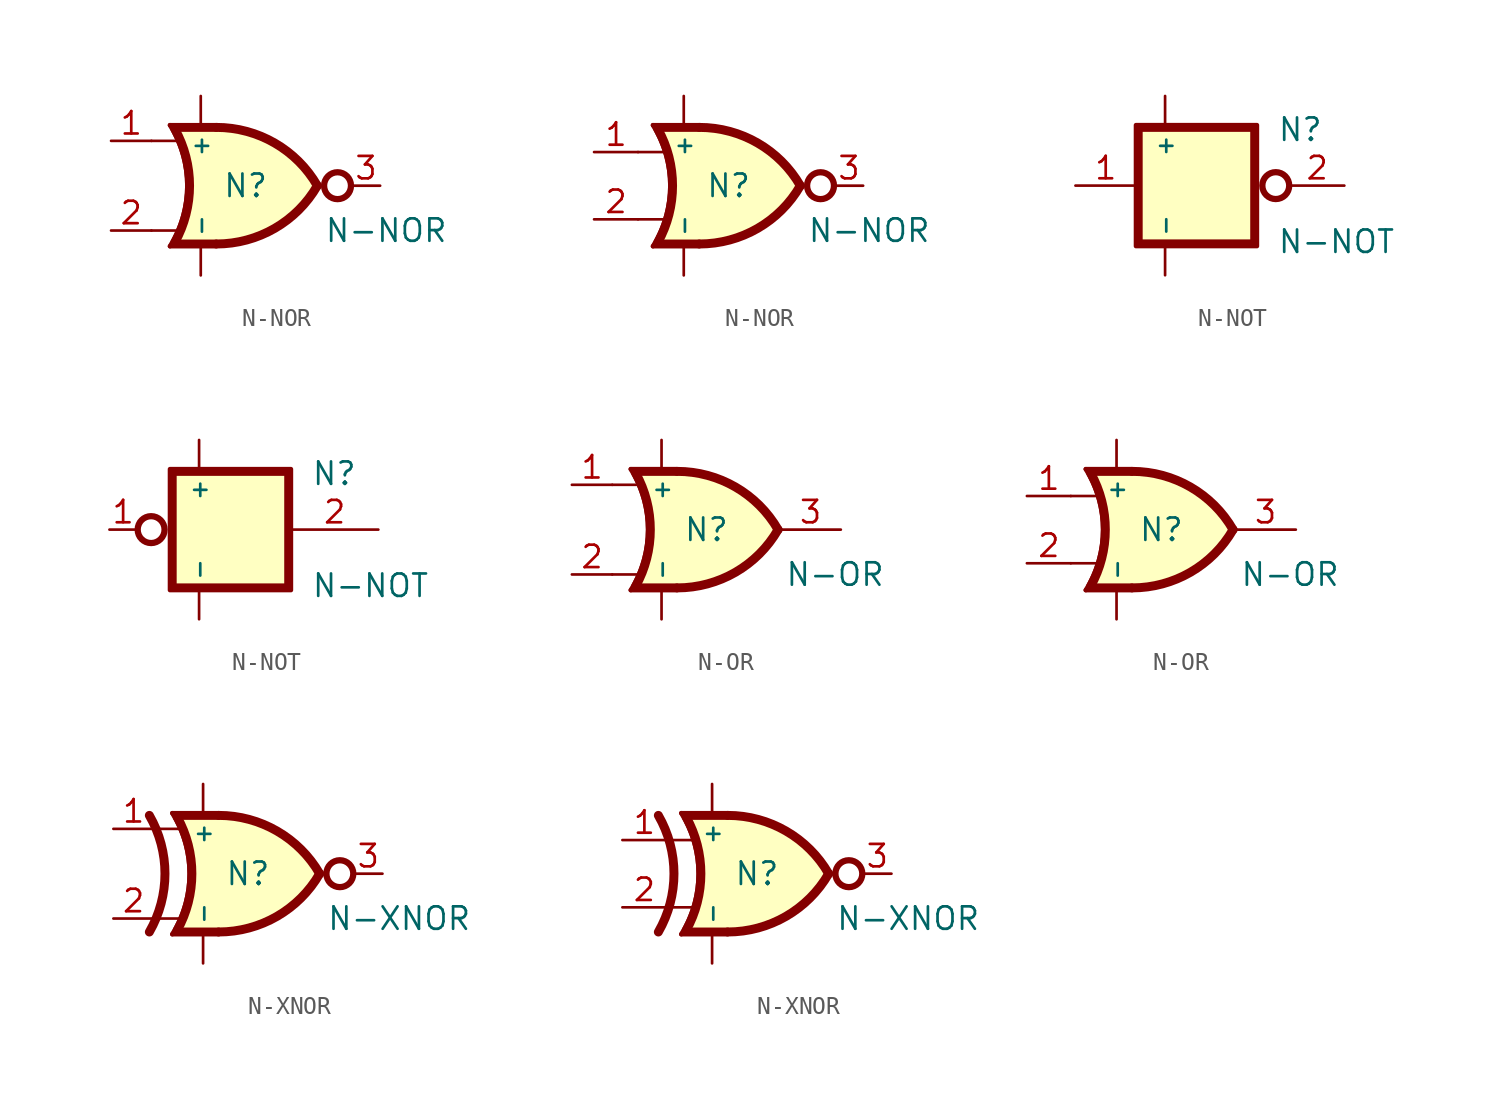
<source format=kicad_sym>
(kicad_symbol_lib
  (version 20220914)
  (generator kicad_symbol_editor)
  (symbol "N-NOR"
    (property "Reference" "N"
      (at 0 0 0)
      (do_not_autoplace)
      (effects (font (size 1.27 1.27))))
    (property "Value" "N-NOR"
      (at 4.445 -2.54 0)
      (effects (font (size 1.27 1.27)) (justify left)))
    (symbol "N-NOR_1_0"
      (arc (start -4.2841 -3.429) (mid -3.302 0) (end -4.2841 3.429) (stroke (width 0.254) (type default)) (fill (type none)))
      (arc (start -4.003 -3.2017) (mid -3.175 0) (end -4.003 3.2017) (stroke (width 0.508) (type default)) (fill (type none)))
      (arc (start -1.6552 -3.302) (mid 1.6468 -2.4172) (end 4.064 0) (stroke (width 0.508) (type default)) (fill (type background)))
      (polyline (pts (xy -4.284 -3.429) (xy -1.655 -3.429) (xy -1.655 -3.175) (xy -4.013 -3.175) (xy -4.284 -3.429)) (stroke (width 0.254) (type default)) (fill (type outline)))
      (polyline (pts (xy -4.284 3.429) (xy -1.655 3.429) (xy -1.655 3.175) (xy -4.013 3.175) (xy -4.284 3.429)) (stroke (width 0.254) (type default)) (fill (type outline)))
      (polyline (pts (xy -1.626 3.302) (xy -4.064 3.302) (xy -3.683 2.54) (xy -3.302 1.27) (xy -3.175 0) (xy -3.302 -1.27) (xy -3.683 -2.54) (xy -4.064 -3.302) (xy -1.626 -3.302) (xy -1.626 3.302)) (stroke (width -0.051) (type default)) (fill (type background)))
      (arc (start 4.064 0) (mid 1.6468 2.4172) (end -1.6552 3.302) (stroke (width 0.508) (type default)) (fill (type background)))
      (circle (center 5.207 0) (radius 0.762) (stroke (width 0.356) (type default)) (fill (type none)))
      (pin output line (at 7.62 0 180) (length 1.6) (name "Y" (effects (font (size 0 0)))) (number "3" (effects (font (size 1.27 1.27)))))
      (pin power_in line (at -2.54 5.08 270) (length 1.651) (name "+" (effects (font (size 0.914 0.914)))) (number "4" (effects (font (size 0 0)))))
      (pin power_in line (at -2.54 -5.08 90) (length 1.651) (name "-" (effects (font (size 0.914 0.914)))) (number "5" (effects (font (size 0 0))))))
    (symbol "N-NOR_1_1"
      (polyline (pts (xy -5.334 -2.54) (xy -3.81 -2.54)) (stroke (width 0) (type default)) (fill (type none)))
      (polyline (pts (xy -5.334 2.54) (xy -3.81 2.54)) (stroke (width 0) (type default)) (fill (type none)))
      (pin input line (at -7.62 2.54 0) (length 2.286) (name "A" (effects (font (size 0 0)))) (number "1" (effects (font (size 1.27 1.27)))))
      (pin input line (at -7.62 -2.54 0) (length 2.286) (name "B" (effects (font (size 0 0)))) (number "2" (effects (font (size 1.27 1.27))))))
    (symbol "N-NOR_1_2"
      (polyline (pts (xy -5.131 -1.905) (xy -3.607 -1.905)) (stroke (width 0) (type default)) (fill (type none)))
      (polyline (pts (xy -5.131 1.905) (xy -3.607 1.905)) (stroke (width 0) (type default)) (fill (type none)))
      (pin input line (at -7.62 1.905 0) (length 2.489) (name "A" (effects (font (size 0 0)))) (number "1" (effects (font (size 1.27 1.27)))))
      (pin input line (at -7.62 -1.905 0) (length 2.489) (name "B" (effects (font (size 0 0)))) (number "2" (effects (font (size 1.27 1.27)))))))
  (symbol "N-NOT"
    (property "Reference" "N"
      (at 3.81 3.175 0)
      (do_not_autoplace)
      (effects (font (size 1.27 1.27)) (justify left)))
    (property "Value" "N-NOT"
      (at 3.81 -3.175 0)
      (effects (font (size 1.27 1.27)) (justify left)))
    (symbol "N-NOT_1_0"
      (rectangle (start -4.064 3.302) (end 2.54 -3.302) (stroke (width -0.051) (type default)) (fill (type background)))
      (polyline (pts (xy -4.191 -3.429) (xy 2.667 -3.429) (xy 2.667 3.429) (xy -4.191 3.429) (xy -4.191 -3.429) (xy -3.937 -3.175) (xy -3.937 3.175) (xy 2.413 3.175) (xy 2.413 -3.175) (xy -3.937 -3.175) (xy -4.191 -3.429)) (stroke (width 0.254) (type default)) (fill (type outline)))
      (pin power_in line (at -2.54 5.08 270) (length 1.651) (name "+" (effects (font (size 0.914 0.914)))) (number "3" (effects (font (size 0 0)))))
      (pin power_in line (at -2.54 -5.08 90) (length 1.651) (name "-" (effects (font (size 0.914 0.914)))) (number "4" (effects (font (size 0 0))))))
    (symbol "N-NOT_1_1"
      (circle (center 3.734 0) (radius 0.762) (stroke (width 0.356) (type default)) (fill (type none)))
      (pin input line (at -7.62 0 0) (length 3.429) (name "A" (effects (font (size 0 0)))) (number "1" (effects (font (size 1.27 1.27)))))
      (pin output line (at 7.62 0 180) (length 3.073) (name "Y" (effects (font (size 0 0)))) (number "2" (effects (font (size 1.27 1.27))))))
    (symbol "N-NOT_1_2"
      (circle (center -5.258 0) (radius 0.762) (stroke (width 0.356) (type default)) (fill (type none)))
      (pin input line (at -7.62 0 0) (length 1.549) (name "A" (effects (font (size 0 0)))) (number "1" (effects (font (size 1.27 1.27)))))
      (pin output line (at 7.62 0 180) (length 4.953) (name "Y" (effects (font (size 0 0)))) (number "2" (effects (font (size 1.27 1.27)))))))
  (symbol "N-OR"
    (property "Reference" "N"
      (at 0 0 0)
      (do_not_autoplace)
      (effects (font (size 1.27 1.27))))
    (property "Value" "N-OR"
      (at 4.445 -2.54 0)
      (effects (font (size 1.27 1.27)) (justify left)))
    (symbol "N-OR_1_0"
      (arc (start -4.2841 -3.429) (mid -3.302 0) (end -4.2841 3.429) (stroke (width 0.254) (type default)) (fill (type none)))
      (arc (start -4.003 -3.2017) (mid -3.175 0) (end -4.003 3.2017) (stroke (width 0.508) (type default)) (fill (type none)))
      (arc (start -1.6552 -3.302) (mid 1.6468 -2.4172) (end 4.064 0) (stroke (width 0.508) (type default)) (fill (type background)))
      (polyline (pts (xy -4.284 -3.429) (xy -1.655 -3.429) (xy -1.655 -3.175) (xy -4.013 -3.175) (xy -4.284 -3.429)) (stroke (width 0.254) (type default)) (fill (type outline)))
      (polyline (pts (xy -4.284 3.429) (xy -1.655 3.429) (xy -1.655 3.175) (xy -4.013 3.175) (xy -4.284 3.429)) (stroke (width 0.254) (type default)) (fill (type outline)))
      (polyline (pts (xy -1.626 3.302) (xy -4.064 3.302) (xy -3.683 2.54) (xy -3.302 1.27) (xy -3.175 0) (xy -3.302 -1.27) (xy -3.683 -2.54) (xy -4.064 -3.302) (xy -1.626 -3.302) (xy -1.626 3.302)) (stroke (width -0.051) (type default)) (fill (type background)))
      (arc (start 4.064 0) (mid 1.6468 2.4172) (end -1.6552 3.302) (stroke (width 0.508) (type default)) (fill (type background)))
      (pin output line (at 7.62 0 180) (length 3.429) (name "Y" (effects (font (size 0 0)))) (number "3" (effects (font (size 1.27 1.27)))))
      (pin power_in line (at -2.54 5.08 270) (length 1.651) (name "+" (effects (font (size 0.914 0.914)))) (number "4" (effects (font (size 0 0)))))
      (pin power_in line (at -2.54 -5.08 90) (length 1.651) (name "-" (effects (font (size 0.914 0.914)))) (number "5" (effects (font (size 0 0))))))
    (symbol "N-OR_1_1"
      (polyline (pts (xy -5.334 -2.54) (xy -3.81 -2.54)) (stroke (width 0) (type default)) (fill (type none)))
      (polyline (pts (xy -5.334 2.54) (xy -3.81 2.54)) (stroke (width 0) (type default)) (fill (type none)))
      (pin input line (at -7.62 2.54 0) (length 2.286) (name "A" (effects (font (size 0 0)))) (number "1" (effects (font (size 1.27 1.27)))))
      (pin input line (at -7.62 -2.54 0) (length 2.286) (name "B" (effects (font (size 0 0)))) (number "2" (effects (font (size 1.27 1.27))))))
    (symbol "N-OR_1_2"
      (polyline (pts (xy -5.131 -1.905) (xy -3.607 -1.905)) (stroke (width 0) (type default)) (fill (type none)))
      (polyline (pts (xy -5.131 1.905) (xy -3.607 1.905)) (stroke (width 0) (type default)) (fill (type none)))
      (pin input line (at -7.62 1.905 0) (length 2.489) (name "A" (effects (font (size 0 0)))) (number "1" (effects (font (size 1.27 1.27)))))
      (pin input line (at -7.62 -1.905 0) (length 2.489) (name "B" (effects (font (size 0 0)))) (number "2" (effects (font (size 1.27 1.27)))))))
  (symbol "N-XNOR"
    (property "Reference" "N"
      (at 0 0 0)
      (do_not_autoplace)
      (effects (font (size 1.27 1.27))))
    (property "Value" "N-XNOR"
      (at 4.445 -2.54 0)
      (effects (font (size 1.27 1.27)) (justify left)))
    (symbol "N-XNOR_1_0"
      (arc (start -5.5838 -3.302) (mid -4.699 0) (end -5.5838 3.302) (stroke (width 0.508) (type default)) (fill (type none)))
      (arc (start -4.2841 -3.429) (mid -3.302 0) (end -4.2841 3.429) (stroke (width 0.254) (type default)) (fill (type none)))
      (arc (start -4.003 -3.2017) (mid -3.175 0) (end -4.003 3.2017) (stroke (width 0.508) (type default)) (fill (type none)))
      (arc (start -1.6552 -3.302) (mid 1.6468 -2.4172) (end 4.064 0) (stroke (width 0.508) (type default)) (fill (type background)))
      (polyline (pts (xy -4.284 -3.429) (xy -1.655 -3.429) (xy -1.655 -3.175) (xy -4.013 -3.175) (xy -4.284 -3.429)) (stroke (width 0.254) (type default)) (fill (type outline)))
      (polyline (pts (xy -4.284 3.429) (xy -1.655 3.429) (xy -1.655 3.175) (xy -4.013 3.175) (xy -4.284 3.429)) (stroke (width 0.254) (type default)) (fill (type outline)))
      (polyline (pts (xy -1.626 3.302) (xy -4.064 3.302) (xy -3.683 2.54) (xy -3.302 1.27) (xy -3.175 0) (xy -3.302 -1.27) (xy -3.683 -2.54) (xy -4.064 -3.302) (xy -1.626 -3.302) (xy -1.626 3.302)) (stroke (width -0.051) (type default)) (fill (type background)))
      (arc (start 4.064 0) (mid 1.6468 2.4172) (end -1.6552 3.302) (stroke (width 0.508) (type default)) (fill (type background)))
      (circle (center 5.207 0) (radius 0.762) (stroke (width 0.356) (type default)) (fill (type none)))
      (pin output line (at 7.62 0 180) (length 1.6) (name "Y" (effects (font (size 0 0)))) (number "3" (effects (font (size 1.27 1.27)))))
      (pin power_in line (at -2.54 5.08 270) (length 1.651) (name "+" (effects (font (size 0.914 0.914)))) (number "4" (effects (font (size 0 0)))))
      (pin power_in line (at -2.54 -5.08 90) (length 1.651) (name "-" (effects (font (size 0.914 0.914)))) (number "5" (effects (font (size 0 0))))))
    (symbol "N-XNOR_1_1"
      (polyline (pts (xy -5.334 -2.54) (xy -3.81 -2.54)) (stroke (width 0) (type default)) (fill (type none)))
      (polyline (pts (xy -5.334 2.54) (xy -3.81 2.54)) (stroke (width 0) (type default)) (fill (type none)))
      (pin input line (at -7.62 2.54 0) (length 2.286) (name "A" (effects (font (size 0 0)))) (number "1" (effects (font (size 1.27 1.27)))))
      (pin input line (at -7.62 -2.54 0) (length 2.286) (name "B" (effects (font (size 0 0)))) (number "2" (effects (font (size 1.27 1.27))))))
    (symbol "N-XNOR_1_2"
      (polyline (pts (xy -5.131 -1.905) (xy -3.607 -1.905)) (stroke (width 0) (type default)) (fill (type none)))
      (polyline (pts (xy -5.131 1.905) (xy -3.607 1.905)) (stroke (width 0) (type default)) (fill (type none)))
      (pin input line (at -7.62 1.905 0) (length 2.489) (name "A" (effects (font (size 0 0)))) (number "1" (effects (font (size 1.27 1.27)))))
      (pin input line (at -7.62 -1.905 0) (length 2.489) (name "B" (effects (font (size 0 0)))) (number "2" (effects (font (size 1.27 1.27))))))))
</source>
